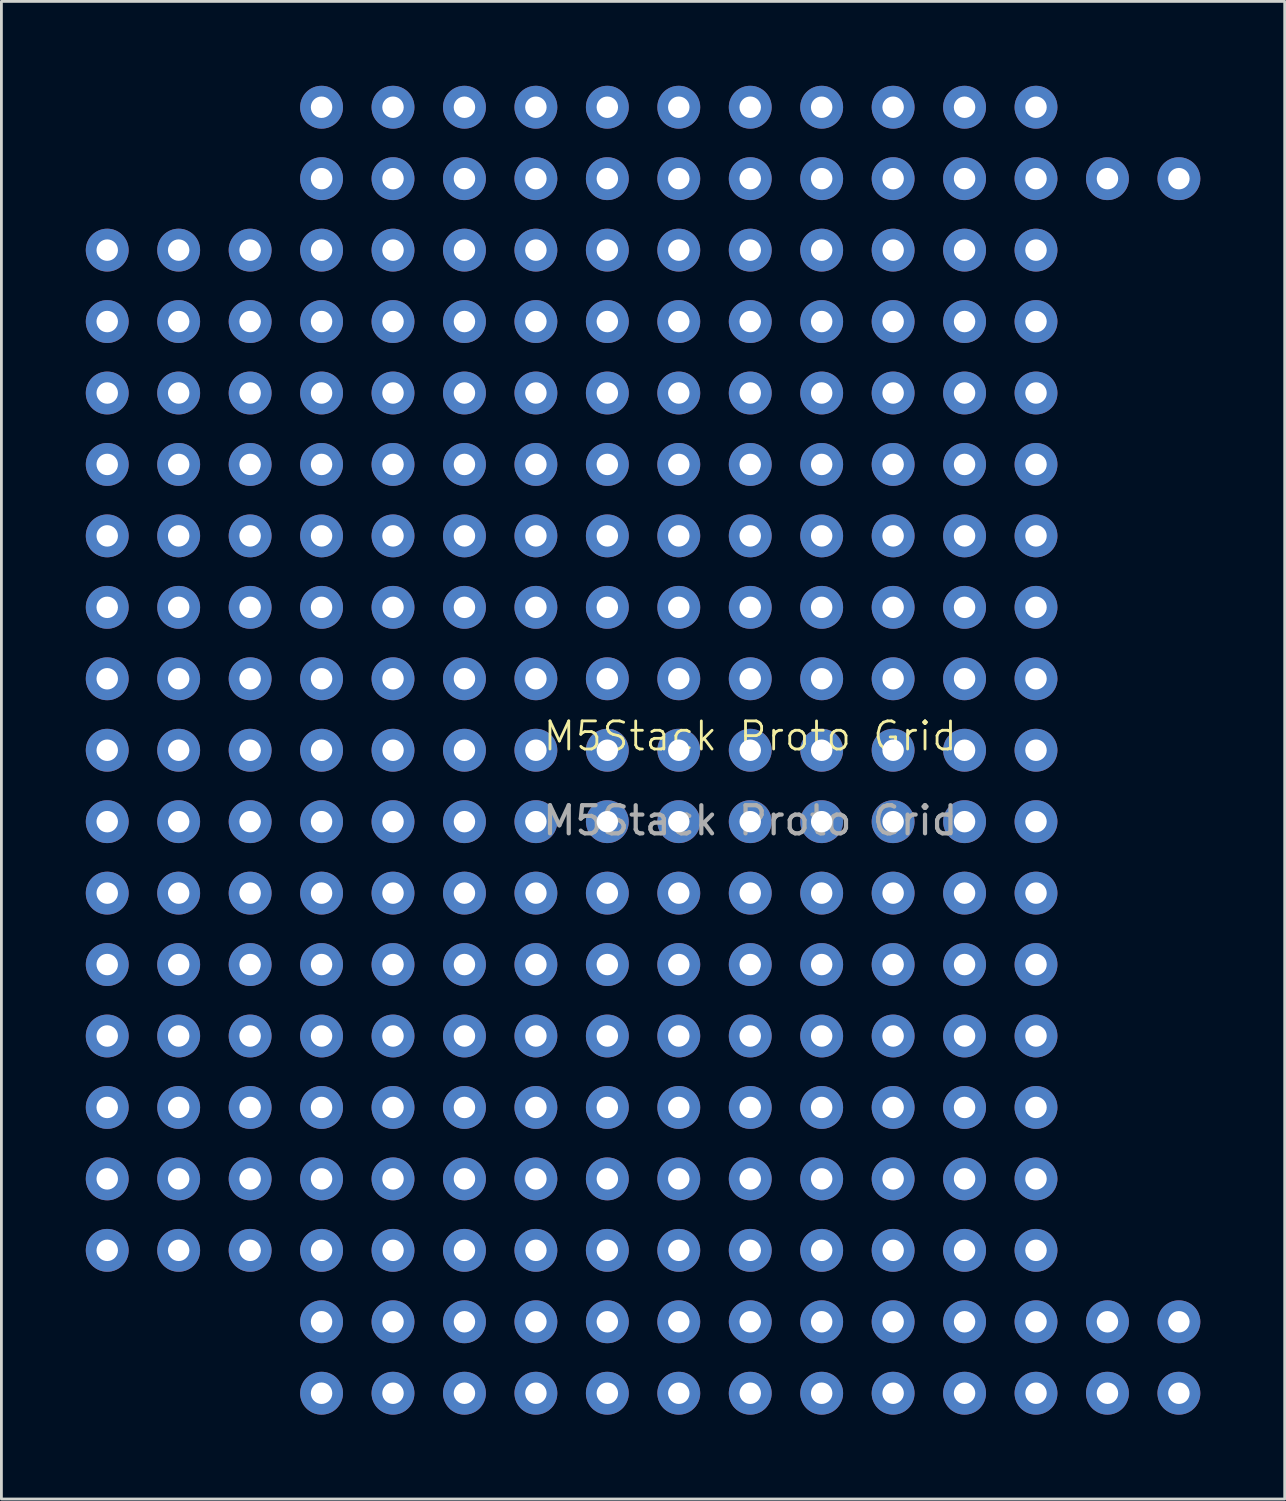
<source format=kicad_pcb>
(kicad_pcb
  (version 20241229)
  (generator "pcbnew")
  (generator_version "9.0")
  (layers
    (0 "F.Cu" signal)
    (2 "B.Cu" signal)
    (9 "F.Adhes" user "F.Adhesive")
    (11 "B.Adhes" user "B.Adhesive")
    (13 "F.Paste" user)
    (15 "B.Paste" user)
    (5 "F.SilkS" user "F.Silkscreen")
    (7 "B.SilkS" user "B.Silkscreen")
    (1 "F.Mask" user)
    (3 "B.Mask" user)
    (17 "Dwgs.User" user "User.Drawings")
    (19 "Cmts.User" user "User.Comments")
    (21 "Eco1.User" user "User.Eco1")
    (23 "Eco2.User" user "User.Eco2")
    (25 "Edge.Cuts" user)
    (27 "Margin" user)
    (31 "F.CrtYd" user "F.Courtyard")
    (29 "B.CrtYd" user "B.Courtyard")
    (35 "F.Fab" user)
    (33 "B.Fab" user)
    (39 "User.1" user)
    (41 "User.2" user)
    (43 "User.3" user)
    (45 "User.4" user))
  (footprint "M5Stack Proto Grid"
    (layer "F.Cu")
    (at 23.622 23.622)
    (property "Reference" "M5Stack Proto Grid" (at 0 -0.5 0) (unlocked yes) (layer "F.SilkS") (effects (font (size 1 1) (thickness 0.1))))
    (attr through_hole)
    (fp_text user "${REFERENCE}" (at 0 2.5 0) (unlocked yes) (layer "F.Fab") (effects (font (size 1 1) (thickness 0.15))))
    (pad "0003" thru_hole circle (at -15.24 -22.86) (size 1.524 1.524) (drill 0.762) (layers "*.Cu" "*.Mask"))
    (pad "0004" thru_hole circle (at -12.7 -22.86) (size 1.524 1.524) (drill 0.762) (layers "*.Cu" "*.Mask"))
    (pad "0005" thru_hole circle (at -10.16 -22.86) (size 1.524 1.524) (drill 0.762) (layers "*.Cu" "*.Mask"))
    (pad "0006" thru_hole circle (at -7.62 -22.86) (size 1.524 1.524) (drill 0.762) (layers "*.Cu" "*.Mask"))
    (pad "0007" thru_hole circle (at -5.08 -22.86) (size 1.524 1.524) (drill 0.762) (layers "*.Cu" "*.Mask"))
    (pad "0008" thru_hole circle (at -2.54 -22.86) (size 1.524 1.524) (drill 0.762) (layers "*.Cu" "*.Mask"))
    (pad "0009" thru_hole circle (at 0 -22.86) (size 1.524 1.524) (drill 0.762) (layers "*.Cu" "*.Mask"))
    (pad "0010" thru_hole circle (at 2.54 -22.86) (size 1.524 1.524) (drill 0.762) (layers "*.Cu" "*.Mask"))
    (pad "0011" thru_hole circle (at 5.08 -22.86) (size 1.524 1.524) (drill 0.762) (layers "*.Cu" "*.Mask"))
    (pad "0012" thru_hole circle (at 7.62 -22.86) (size 1.524 1.524) (drill 0.762) (layers "*.Cu" "*.Mask"))
    (pad "0013" thru_hole circle (at 10.16 -22.86) (size 1.524 1.524) (drill 0.762) (layers "*.Cu" "*.Mask"))
    (pad "0103" thru_hole circle (at -15.24 -20.32) (size 1.524 1.524) (drill 0.762) (layers "*.Cu" "*.Mask"))
    (pad "0104" thru_hole circle (at -12.7 -20.32) (size 1.524 1.524) (drill 0.762) (layers "*.Cu" "*.Mask"))
    (pad "0105" thru_hole circle (at -10.16 -20.32) (size 1.524 1.524) (drill 0.762) (layers "*.Cu" "*.Mask"))
    (pad "0106" thru_hole circle (at -7.62 -20.32) (size 1.524 1.524) (drill 0.762) (layers "*.Cu" "*.Mask"))
    (pad "0107" thru_hole circle (at -5.08 -20.32) (size 1.524 1.524) (drill 0.762) (layers "*.Cu" "*.Mask"))
    (pad "0108" thru_hole circle (at -2.54 -20.32) (size 1.524 1.524) (drill 0.762) (layers "*.Cu" "*.Mask"))
    (pad "0109" thru_hole circle (at 0 -20.32) (size 1.524 1.524) (drill 0.762) (layers "*.Cu" "*.Mask"))
    (pad "0110" thru_hole circle (at 2.54 -20.32) (size 1.524 1.524) (drill 0.762) (layers "*.Cu" "*.Mask"))
    (pad "0111" thru_hole circle (at 5.08 -20.32) (size 1.524 1.524) (drill 0.762) (layers "*.Cu" "*.Mask"))
    (pad "0112" thru_hole circle (at 7.62 -20.32) (size 1.524 1.524) (drill 0.762) (layers "*.Cu" "*.Mask"))
    (pad "0113" thru_hole circle (at 10.16 -20.32) (size 1.524 1.524) (drill 0.762) (layers "*.Cu" "*.Mask"))
    (pad "0114" thru_hole circle (at 12.7 -20.32) (size 1.524 1.524) (drill 0.762) (layers "*.Cu" "*.Mask"))
    (pad "0115" thru_hole circle (at 15.24 -20.32) (size 1.524 1.524) (drill 0.762) (layers "*.Cu" "*.Mask"))
    (pad "0200" thru_hole circle (at -22.86 -17.78) (size 1.524 1.524) (drill 0.762) (layers "*.Cu" "*.Mask"))
    (pad "0201" thru_hole circle (at -20.32 -17.78) (size 1.524 1.524) (drill 0.762) (layers "*.Cu" "*.Mask"))
    (pad "0202" thru_hole circle (at -17.78 -17.78) (size 1.524 1.524) (drill 0.762) (layers "*.Cu" "*.Mask"))
    (pad "0203" thru_hole circle (at -15.24 -17.78) (size 1.524 1.524) (drill 0.762) (layers "*.Cu" "*.Mask"))
    (pad "0204" thru_hole circle (at -12.7 -17.78) (size 1.524 1.524) (drill 0.762) (layers "*.Cu" "*.Mask"))
    (pad "0205" thru_hole circle (at -10.16 -17.78) (size 1.524 1.524) (drill 0.762) (layers "*.Cu" "*.Mask"))
    (pad "0206" thru_hole circle (at -7.62 -17.78) (size 1.524 1.524) (drill 0.762) (layers "*.Cu" "*.Mask"))
    (pad "0207" thru_hole circle (at -5.08 -17.78) (size 1.524 1.524) (drill 0.762) (layers "*.Cu" "*.Mask"))
    (pad "0208" thru_hole circle (at -2.54 -17.78) (size 1.524 1.524) (drill 0.762) (layers "*.Cu" "*.Mask"))
    (pad "0209" thru_hole circle (at 0 -17.78) (size 1.524 1.524) (drill 0.762) (layers "*.Cu" "*.Mask"))
    (pad "0210" thru_hole circle (at 2.54 -17.78) (size 1.524 1.524) (drill 0.762) (layers "*.Cu" "*.Mask"))
    (pad "0211" thru_hole circle (at 5.08 -17.78) (size 1.524 1.524) (drill 0.762) (layers "*.Cu" "*.Mask"))
    (pad "0212" thru_hole circle (at 7.62 -17.78) (size 1.524 1.524) (drill 0.762) (layers "*.Cu" "*.Mask"))
    (pad "0213" thru_hole circle (at 10.16 -17.78) (size 1.524 1.524) (drill 0.762) (layers "*.Cu" "*.Mask"))
    (pad "0300" thru_hole circle (at -22.86 -15.24) (size 1.524 1.524) (drill 0.762) (layers "*.Cu" "*.Mask"))
    (pad "0301" thru_hole circle (at -20.32 -15.24) (size 1.524 1.524) (drill 0.762) (layers "*.Cu" "*.Mask"))
    (pad "0302" thru_hole circle (at -17.78 -15.24) (size 1.524 1.524) (drill 0.762) (layers "*.Cu" "*.Mask"))
    (pad "0303" thru_hole circle (at -15.24 -15.24) (size 1.524 1.524) (drill 0.762) (layers "*.Cu" "*.Mask"))
    (pad "0304" thru_hole circle (at -12.7 -15.24) (size 1.524 1.524) (drill 0.762) (layers "*.Cu" "*.Mask"))
    (pad "0305" thru_hole circle (at -10.16 -15.24) (size 1.524 1.524) (drill 0.762) (layers "*.Cu" "*.Mask"))
    (pad "0306" thru_hole circle (at -7.62 -15.24) (size 1.524 1.524) (drill 0.762) (layers "*.Cu" "*.Mask"))
    (pad "0307" thru_hole circle (at -5.08 -15.24) (size 1.524 1.524) (drill 0.762) (layers "*.Cu" "*.Mask"))
    (pad "0308" thru_hole circle (at -2.54 -15.24) (size 1.524 1.524) (drill 0.762) (layers "*.Cu" "*.Mask"))
    (pad "0309" thru_hole circle (at 0 -15.24) (size 1.524 1.524) (drill 0.762) (layers "*.Cu" "*.Mask"))
    (pad "0310" thru_hole circle (at 2.54 -15.24) (size 1.524 1.524) (drill 0.762) (layers "*.Cu" "*.Mask"))
    (pad "0311" thru_hole circle (at 5.08 -15.24) (size 1.524 1.524) (drill 0.762) (layers "*.Cu" "*.Mask"))
    (pad "0312" thru_hole circle (at 7.62 -15.24) (size 1.524 1.524) (drill 0.762) (layers "*.Cu" "*.Mask"))
    (pad "0313" thru_hole circle (at 10.16 -15.24) (size 1.524 1.524) (drill 0.762) (layers "*.Cu" "*.Mask"))
    (pad "0400" thru_hole circle (at -22.86 -12.7) (size 1.524 1.524) (drill 0.762) (layers "*.Cu" "*.Mask"))
    (pad "0401" thru_hole circle (at -20.32 -12.7) (size 1.524 1.524) (drill 0.762) (layers "*.Cu" "*.Mask"))
    (pad "0402" thru_hole circle (at -17.78 -12.7) (size 1.524 1.524) (drill 0.762) (layers "*.Cu" "*.Mask"))
    (pad "0403" thru_hole circle (at -15.24 -12.7) (size 1.524 1.524) (drill 0.762) (layers "*.Cu" "*.Mask"))
    (pad "0404" thru_hole circle (at -12.7 -12.7) (size 1.524 1.524) (drill 0.762) (layers "*.Cu" "*.Mask"))
    (pad "0405" thru_hole circle (at -10.16 -12.7) (size 1.524 1.524) (drill 0.762) (layers "*.Cu" "*.Mask"))
    (pad "0406" thru_hole circle (at -7.62 -12.7) (size 1.524 1.524) (drill 0.762) (layers "*.Cu" "*.Mask"))
    (pad "0407" thru_hole circle (at -5.08 -12.7) (size 1.524 1.524) (drill 0.762) (layers "*.Cu" "*.Mask"))
    (pad "0408" thru_hole circle (at -2.54 -12.7) (size 1.524 1.524) (drill 0.762) (layers "*.Cu" "*.Mask"))
    (pad "0409" thru_hole circle (at 0 -12.7) (size 1.524 1.524) (drill 0.762) (layers "*.Cu" "*.Mask"))
    (pad "0410" thru_hole circle (at 2.54 -12.7) (size 1.524 1.524) (drill 0.762) (layers "*.Cu" "*.Mask"))
    (pad "0411" thru_hole circle (at 5.08 -12.7) (size 1.524 1.524) (drill 0.762) (layers "*.Cu" "*.Mask"))
    (pad "0412" thru_hole circle (at 7.62 -12.7) (size 1.524 1.524) (drill 0.762) (layers "*.Cu" "*.Mask"))
    (pad "0413" thru_hole circle (at 10.16 -12.7) (size 1.524 1.524) (drill 0.762) (layers "*.Cu" "*.Mask"))
    (pad "0500" thru_hole circle (at -22.86 -10.16) (size 1.524 1.524) (drill 0.762) (layers "*.Cu" "*.Mask"))
    (pad "0501" thru_hole circle (at -20.32 -10.16) (size 1.524 1.524) (drill 0.762) (layers "*.Cu" "*.Mask"))
    (pad "0502" thru_hole circle (at -17.78 -10.16) (size 1.524 1.524) (drill 0.762) (layers "*.Cu" "*.Mask"))
    (pad "0503" thru_hole circle (at -15.24 -10.16) (size 1.524 1.524) (drill 0.762) (layers "*.Cu" "*.Mask"))
    (pad "0504" thru_hole circle (at -12.7 -10.16) (size 1.524 1.524) (drill 0.762) (layers "*.Cu" "*.Mask"))
    (pad "0505" thru_hole circle (at -10.16 -10.16) (size 1.524 1.524) (drill 0.762) (layers "*.Cu" "*.Mask"))
    (pad "0506" thru_hole circle (at -7.62 -10.16) (size 1.524 1.524) (drill 0.762) (layers "*.Cu" "*.Mask"))
    (pad "0507" thru_hole circle (at -5.08 -10.16) (size 1.524 1.524) (drill 0.762) (layers "*.Cu" "*.Mask"))
    (pad "0508" thru_hole circle (at -2.54 -10.16) (size 1.524 1.524) (drill 0.762) (layers "*.Cu" "*.Mask"))
    (pad "0509" thru_hole circle (at 0 -10.16) (size 1.524 1.524) (drill 0.762) (layers "*.Cu" "*.Mask"))
    (pad "0510" thru_hole circle (at 2.54 -10.16) (size 1.524 1.524) (drill 0.762) (layers "*.Cu" "*.Mask"))
    (pad "0511" thru_hole circle (at 5.08 -10.16) (size 1.524 1.524) (drill 0.762) (layers "*.Cu" "*.Mask"))
    (pad "0512" thru_hole circle (at 7.62 -10.16) (size 1.524 1.524) (drill 0.762) (layers "*.Cu" "*.Mask"))
    (pad "0513" thru_hole circle (at 10.16 -10.16) (size 1.524 1.524) (drill 0.762) (layers "*.Cu" "*.Mask"))
    (pad "0600" thru_hole circle (at -22.86 -7.62) (size 1.524 1.524) (drill 0.762) (layers "*.Cu" "*.Mask"))
    (pad "0601" thru_hole circle (at -20.32 -7.62) (size 1.524 1.524) (drill 0.762) (layers "*.Cu" "*.Mask"))
    (pad "0602" thru_hole circle (at -17.78 -7.62) (size 1.524 1.524) (drill 0.762) (layers "*.Cu" "*.Mask"))
    (pad "0603" thru_hole circle (at -15.24 -7.62) (size 1.524 1.524) (drill 0.762) (layers "*.Cu" "*.Mask"))
    (pad "0604" thru_hole circle (at -12.7 -7.62) (size 1.524 1.524) (drill 0.762) (layers "*.Cu" "*.Mask"))
    (pad "0605" thru_hole circle (at -10.16 -7.62) (size 1.524 1.524) (drill 0.762) (layers "*.Cu" "*.Mask"))
    (pad "0606" thru_hole circle (at -7.62 -7.62) (size 1.524 1.524) (drill 0.762) (layers "*.Cu" "*.Mask"))
    (pad "0607" thru_hole circle (at -5.08 -7.62) (size 1.524 1.524) (drill 0.762) (layers "*.Cu" "*.Mask"))
    (pad "0608" thru_hole circle (at -2.54 -7.62) (size 1.524 1.524) (drill 0.762) (layers "*.Cu" "*.Mask"))
    (pad "0609" thru_hole circle (at 0 -7.62) (size 1.524 1.524) (drill 0.762) (layers "*.Cu" "*.Mask"))
    (pad "0610" thru_hole circle (at 2.54 -7.62) (size 1.524 1.524) (drill 0.762) (layers "*.Cu" "*.Mask"))
    (pad "0611" thru_hole circle (at 5.08 -7.62) (size 1.524 1.524) (drill 0.762) (layers "*.Cu" "*.Mask"))
    (pad "0612" thru_hole circle (at 7.62 -7.62) (size 1.524 1.524) (drill 0.762) (layers "*.Cu" "*.Mask"))
    (pad "0613" thru_hole circle (at 10.16 -7.62) (size 1.524 1.524) (drill 0.762) (layers "*.Cu" "*.Mask"))
    (pad "0700" thru_hole circle (at -22.86 -5.08) (size 1.524 1.524) (drill 0.762) (layers "*.Cu" "*.Mask"))
    (pad "0701" thru_hole circle (at -20.32 -5.08) (size 1.524 1.524) (drill 0.762) (layers "*.Cu" "*.Mask"))
    (pad "0702" thru_hole circle (at -17.78 -5.08) (size 1.524 1.524) (drill 0.762) (layers "*.Cu" "*.Mask"))
    (pad "0703" thru_hole circle (at -15.24 -5.08) (size 1.524 1.524) (drill 0.762) (layers "*.Cu" "*.Mask"))
    (pad "0704" thru_hole circle (at -12.7 -5.08) (size 1.524 1.524) (drill 0.762) (layers "*.Cu" "*.Mask"))
    (pad "0705" thru_hole circle (at -10.16 -5.08) (size 1.524 1.524) (drill 0.762) (layers "*.Cu" "*.Mask"))
    (pad "0706" thru_hole circle (at -7.62 -5.08) (size 1.524 1.524) (drill 0.762) (layers "*.Cu" "*.Mask"))
    (pad "0707" thru_hole circle (at -5.08 -5.08) (size 1.524 1.524) (drill 0.762) (layers "*.Cu" "*.Mask"))
    (pad "0708" thru_hole circle (at -2.54 -5.08) (size 1.524 1.524) (drill 0.762) (layers "*.Cu" "*.Mask"))
    (pad "0709" thru_hole circle (at 0 -5.08) (size 1.524 1.524) (drill 0.762) (layers "*.Cu" "*.Mask"))
    (pad "0710" thru_hole circle (at 2.54 -5.08) (size 1.524 1.524) (drill 0.762) (layers "*.Cu" "*.Mask"))
    (pad "0711" thru_hole circle (at 5.08 -5.08) (size 1.524 1.524) (drill 0.762) (layers "*.Cu" "*.Mask"))
    (pad "0712" thru_hole circle (at 7.62 -5.08) (size 1.524 1.524) (drill 0.762) (layers "*.Cu" "*.Mask"))
    (pad "0713" thru_hole circle (at 10.16 -5.08) (size 1.524 1.524) (drill 0.762) (layers "*.Cu" "*.Mask"))
    (pad "0800" thru_hole circle (at -22.86 -2.54) (size 1.524 1.524) (drill 0.762) (layers "*.Cu" "*.Mask"))
    (pad "0801" thru_hole circle (at -20.32 -2.54) (size 1.524 1.524) (drill 0.762) (layers "*.Cu" "*.Mask"))
    (pad "0802" thru_hole circle (at -17.78 -2.54) (size 1.524 1.524) (drill 0.762) (layers "*.Cu" "*.Mask"))
    (pad "0803" thru_hole circle (at -15.24 -2.54) (size 1.524 1.524) (drill 0.762) (layers "*.Cu" "*.Mask"))
    (pad "0804" thru_hole circle (at -12.7 -2.54) (size 1.524 1.524) (drill 0.762) (layers "*.Cu" "*.Mask"))
    (pad "0805" thru_hole circle (at -10.16 -2.54) (size 1.524 1.524) (drill 0.762) (layers "*.Cu" "*.Mask"))
    (pad "0806" thru_hole circle (at -7.62 -2.54) (size 1.524 1.524) (drill 0.762) (layers "*.Cu" "*.Mask"))
    (pad "0807" thru_hole circle (at -5.08 -2.54) (size 1.524 1.524) (drill 0.762) (layers "*.Cu" "*.Mask"))
    (pad "0808" thru_hole circle (at -2.54 -2.54) (size 1.524 1.524) (drill 0.762) (layers "*.Cu" "*.Mask"))
    (pad "0809" thru_hole circle (at 0 -2.54) (size 1.524 1.524) (drill 0.762) (layers "*.Cu" "*.Mask"))
    (pad "0810" thru_hole circle (at 2.54 -2.54) (size 1.524 1.524) (drill 0.762) (layers "*.Cu" "*.Mask"))
    (pad "0811" thru_hole circle (at 5.08 -2.54) (size 1.524 1.524) (drill 0.762) (layers "*.Cu" "*.Mask"))
    (pad "0812" thru_hole circle (at 7.62 -2.54) (size 1.524 1.524) (drill 0.762) (layers "*.Cu" "*.Mask"))
    (pad "0813" thru_hole circle (at 10.16 -2.54) (size 1.524 1.524) (drill 0.762) (layers "*.Cu" "*.Mask"))
    (pad "0900" thru_hole circle (at -22.86 0) (size 1.524 1.524) (drill 0.762) (layers "*.Cu" "*.Mask"))
    (pad "0901" thru_hole circle (at -20.32 0) (size 1.524 1.524) (drill 0.762) (layers "*.Cu" "*.Mask"))
    (pad "0902" thru_hole circle (at -17.78 0) (size 1.524 1.524) (drill 0.762) (layers "*.Cu" "*.Mask"))
    (pad "0903" thru_hole circle (at -15.24 0) (size 1.524 1.524) (drill 0.762) (layers "*.Cu" "*.Mask"))
    (pad "0904" thru_hole circle (at -12.7 0) (size 1.524 1.524) (drill 0.762) (layers "*.Cu" "*.Mask"))
    (pad "0905" thru_hole circle (at -10.16 0) (size 1.524 1.524) (drill 0.762) (layers "*.Cu" "*.Mask"))
    (pad "0906" thru_hole circle (at -7.62 0) (size 1.524 1.524) (drill 0.762) (layers "*.Cu" "*.Mask"))
    (pad "0907" thru_hole circle (at -5.08 0) (size 1.524 1.524) (drill 0.762) (layers "*.Cu" "*.Mask"))
    (pad "0908" thru_hole circle (at -2.54 0) (size 1.524 1.524) (drill 0.762) (layers "*.Cu" "*.Mask"))
    (pad "0909" thru_hole circle (at 0 0) (size 1.524 1.524) (drill 0.762) (layers "*.Cu" "*.Mask"))
    (pad "0910" thru_hole circle (at 2.54 0) (size 1.524 1.524) (drill 0.762) (layers "*.Cu" "*.Mask"))
    (pad "0911" thru_hole circle (at 5.08 0) (size 1.524 1.524) (drill 0.762) (layers "*.Cu" "*.Mask"))
    (pad "0912" thru_hole circle (at 7.62 0) (size 1.524 1.524) (drill 0.762) (layers "*.Cu" "*.Mask"))
    (pad "0913" thru_hole circle (at 10.16 0) (size 1.524 1.524) (drill 0.762) (layers "*.Cu" "*.Mask"))
    (pad "1000" thru_hole circle (at -22.86 2.54) (size 1.524 1.524) (drill 0.762) (layers "*.Cu" "*.Mask"))
    (pad "1001" thru_hole circle (at -20.32 2.54) (size 1.524 1.524) (drill 0.762) (layers "*.Cu" "*.Mask"))
    (pad "1002" thru_hole circle (at -17.78 2.54) (size 1.524 1.524) (drill 0.762) (layers "*.Cu" "*.Mask"))
    (pad "1003" thru_hole circle (at -15.24 2.54) (size 1.524 1.524) (drill 0.762) (layers "*.Cu" "*.Mask"))
    (pad "1004" thru_hole circle (at -12.7 2.54) (size 1.524 1.524) (drill 0.762) (layers "*.Cu" "*.Mask"))
    (pad "1005" thru_hole circle (at -10.16 2.54) (size 1.524 1.524) (drill 0.762) (layers "*.Cu" "*.Mask"))
    (pad "1006" thru_hole circle (at -7.62 2.54) (size 1.524 1.524) (drill 0.762) (layers "*.Cu" "*.Mask"))
    (pad "1007" thru_hole circle (at -5.08 2.54) (size 1.524 1.524) (drill 0.762) (layers "*.Cu" "*.Mask"))
    (pad "1008" thru_hole circle (at -2.54 2.54) (size 1.524 1.524) (drill 0.762) (layers "*.Cu" "*.Mask"))
    (pad "1009" thru_hole circle (at 0 2.54) (size 1.524 1.524) (drill 0.762) (layers "*.Cu" "*.Mask"))
    (pad "1010" thru_hole circle (at 2.54 2.54) (size 1.524 1.524) (drill 0.762) (layers "*.Cu" "*.Mask"))
    (pad "1011" thru_hole circle (at 5.08 2.54) (size 1.524 1.524) (drill 0.762) (layers "*.Cu" "*.Mask"))
    (pad "1012" thru_hole circle (at 7.62 2.54) (size 1.524 1.524) (drill 0.762) (layers "*.Cu" "*.Mask"))
    (pad "1013" thru_hole circle (at 10.16 2.54) (size 1.524 1.524) (drill 0.762) (layers "*.Cu" "*.Mask"))
    (pad "1100" thru_hole circle (at -22.86 5.08) (size 1.524 1.524) (drill 0.762) (layers "*.Cu" "*.Mask"))
    (pad "1101" thru_hole circle (at -20.32 5.08) (size 1.524 1.524) (drill 0.762) (layers "*.Cu" "*.Mask"))
    (pad "1102" thru_hole circle (at -17.78 5.08) (size 1.524 1.524) (drill 0.762) (layers "*.Cu" "*.Mask"))
    (pad "1103" thru_hole circle (at -15.24 5.08) (size 1.524 1.524) (drill 0.762) (layers "*.Cu" "*.Mask"))
    (pad "1104" thru_hole circle (at -12.7 5.08) (size 1.524 1.524) (drill 0.762) (layers "*.Cu" "*.Mask"))
    (pad "1105" thru_hole circle (at -10.16 5.08) (size 1.524 1.524) (drill 0.762) (layers "*.Cu" "*.Mask"))
    (pad "1106" thru_hole circle (at -7.62 5.08) (size 1.524 1.524) (drill 0.762) (layers "*.Cu" "*.Mask"))
    (pad "1107" thru_hole circle (at -5.08 5.08) (size 1.524 1.524) (drill 0.762) (layers "*.Cu" "*.Mask"))
    (pad "1108" thru_hole circle (at -2.54 5.08) (size 1.524 1.524) (drill 0.762) (layers "*.Cu" "*.Mask"))
    (pad "1109" thru_hole circle (at 0 5.08) (size 1.524 1.524) (drill 0.762) (layers "*.Cu" "*.Mask"))
    (pad "1110" thru_hole circle (at 2.54 5.08) (size 1.524 1.524) (drill 0.762) (layers "*.Cu" "*.Mask"))
    (pad "1111" thru_hole circle (at 5.08 5.08) (size 1.524 1.524) (drill 0.762) (layers "*.Cu" "*.Mask"))
    (pad "1112" thru_hole circle (at 7.62 5.08) (size 1.524 1.524) (drill 0.762) (layers "*.Cu" "*.Mask"))
    (pad "1113" thru_hole circle (at 10.16 5.08) (size 1.524 1.524) (drill 0.762) (layers "*.Cu" "*.Mask"))
    (pad "1200" thru_hole circle (at -22.86 7.62) (size 1.524 1.524) (drill 0.762) (layers "*.Cu" "*.Mask"))
    (pad "1201" thru_hole circle (at -20.32 7.62) (size 1.524 1.524) (drill 0.762) (layers "*.Cu" "*.Mask"))
    (pad "1202" thru_hole circle (at -17.78 7.62) (size 1.524 1.524) (drill 0.762) (layers "*.Cu" "*.Mask"))
    (pad "1203" thru_hole circle (at -15.24 7.62) (size 1.524 1.524) (drill 0.762) (layers "*.Cu" "*.Mask"))
    (pad "1204" thru_hole circle (at -12.7 7.62) (size 1.524 1.524) (drill 0.762) (layers "*.Cu" "*.Mask"))
    (pad "1205" thru_hole circle (at -10.16 7.62) (size 1.524 1.524) (drill 0.762) (layers "*.Cu" "*.Mask"))
    (pad "1206" thru_hole circle (at -7.62 7.62) (size 1.524 1.524) (drill 0.762) (layers "*.Cu" "*.Mask"))
    (pad "1207" thru_hole circle (at -5.08 7.62) (size 1.524 1.524) (drill 0.762) (layers "*.Cu" "*.Mask"))
    (pad "1208" thru_hole circle (at -2.54 7.62) (size 1.524 1.524) (drill 0.762) (layers "*.Cu" "*.Mask"))
    (pad "1209" thru_hole circle (at 0 7.62) (size 1.524 1.524) (drill 0.762) (layers "*.Cu" "*.Mask"))
    (pad "1210" thru_hole circle (at 2.54 7.62) (size 1.524 1.524) (drill 0.762) (layers "*.Cu" "*.Mask"))
    (pad "1211" thru_hole circle (at 5.08 7.62) (size 1.524 1.524) (drill 0.762) (layers "*.Cu" "*.Mask"))
    (pad "1212" thru_hole circle (at 7.62 7.62) (size 1.524 1.524) (drill 0.762) (layers "*.Cu" "*.Mask"))
    (pad "1213" thru_hole circle (at 10.16 7.62) (size 1.524 1.524) (drill 0.762) (layers "*.Cu" "*.Mask"))
    (pad "1300" thru_hole circle (at -22.86 10.16) (size 1.524 1.524) (drill 0.762) (layers "*.Cu" "*.Mask"))
    (pad "1301" thru_hole circle (at -20.32 10.16) (size 1.524 1.524) (drill 0.762) (layers "*.Cu" "*.Mask"))
    (pad "1302" thru_hole circle (at -17.78 10.16) (size 1.524 1.524) (drill 0.762) (layers "*.Cu" "*.Mask"))
    (pad "1303" thru_hole circle (at -15.24 10.16) (size 1.524 1.524) (drill 0.762) (layers "*.Cu" "*.Mask"))
    (pad "1304" thru_hole circle (at -12.7 10.16) (size 1.524 1.524) (drill 0.762) (layers "*.Cu" "*.Mask"))
    (pad "1305" thru_hole circle (at -10.16 10.16) (size 1.524 1.524) (drill 0.762) (layers "*.Cu" "*.Mask"))
    (pad "1306" thru_hole circle (at -7.62 10.16) (size 1.524 1.524) (drill 0.762) (layers "*.Cu" "*.Mask"))
    (pad "1307" thru_hole circle (at -5.08 10.16) (size 1.524 1.524) (drill 0.762) (layers "*.Cu" "*.Mask"))
    (pad "1308" thru_hole circle (at -2.54 10.16) (size 1.524 1.524) (drill 0.762) (layers "*.Cu" "*.Mask"))
    (pad "1309" thru_hole circle (at 0 10.16) (size 1.524 1.524) (drill 0.762) (layers "*.Cu" "*.Mask"))
    (pad "1310" thru_hole circle (at 2.54 10.16) (size 1.524 1.524) (drill 0.762) (layers "*.Cu" "*.Mask"))
    (pad "1311" thru_hole circle (at 5.08 10.16) (size 1.524 1.524) (drill 0.762) (layers "*.Cu" "*.Mask"))
    (pad "1312" thru_hole circle (at 7.62 10.16) (size 1.524 1.524) (drill 0.762) (layers "*.Cu" "*.Mask"))
    (pad "1313" thru_hole circle (at 10.16 10.16) (size 1.524 1.524) (drill 0.762) (layers "*.Cu" "*.Mask"))
    (pad "1400" thru_hole circle (at -22.86 12.7) (size 1.524 1.524) (drill 0.762) (layers "*.Cu" "*.Mask"))
    (pad "1401" thru_hole circle (at -20.32 12.7) (size 1.524 1.524) (drill 0.762) (layers "*.Cu" "*.Mask"))
    (pad "1402" thru_hole circle (at -17.78 12.7) (size 1.524 1.524) (drill 0.762) (layers "*.Cu" "*.Mask"))
    (pad "1403" thru_hole circle (at -15.24 12.7) (size 1.524 1.524) (drill 0.762) (layers "*.Cu" "*.Mask"))
    (pad "1404" thru_hole circle (at -12.7 12.7) (size 1.524 1.524) (drill 0.762) (layers "*.Cu" "*.Mask"))
    (pad "1405" thru_hole circle (at -10.16 12.7) (size 1.524 1.524) (drill 0.762) (layers "*.Cu" "*.Mask"))
    (pad "1406" thru_hole circle (at -7.62 12.7) (size 1.524 1.524) (drill 0.762) (layers "*.Cu" "*.Mask"))
    (pad "1407" thru_hole circle (at -5.08 12.7) (size 1.524 1.524) (drill 0.762) (layers "*.Cu" "*.Mask"))
    (pad "1408" thru_hole circle (at -2.54 12.7) (size 1.524 1.524) (drill 0.762) (layers "*.Cu" "*.Mask"))
    (pad "1409" thru_hole circle (at 0 12.7) (size 1.524 1.524) (drill 0.762) (layers "*.Cu" "*.Mask"))
    (pad "1410" thru_hole circle (at 2.54 12.7) (size 1.524 1.524) (drill 0.762) (layers "*.Cu" "*.Mask"))
    (pad "1411" thru_hole circle (at 5.08 12.7) (size 1.524 1.524) (drill 0.762) (layers "*.Cu" "*.Mask"))
    (pad "1412" thru_hole circle (at 7.62 12.7) (size 1.524 1.524) (drill 0.762) (layers "*.Cu" "*.Mask"))
    (pad "1413" thru_hole circle (at 10.16 12.7) (size 1.524 1.524) (drill 0.762) (layers "*.Cu" "*.Mask"))
    (pad "1500" thru_hole circle (at -22.86 15.24) (size 1.524 1.524) (drill 0.762) (layers "*.Cu" "*.Mask"))
    (pad "1501" thru_hole circle (at -20.32 15.24) (size 1.524 1.524) (drill 0.762) (layers "*.Cu" "*.Mask"))
    (pad "1502" thru_hole circle (at -17.78 15.24) (size 1.524 1.524) (drill 0.762) (layers "*.Cu" "*.Mask"))
    (pad "1503" thru_hole circle (at -15.24 15.24) (size 1.524 1.524) (drill 0.762) (layers "*.Cu" "*.Mask"))
    (pad "1504" thru_hole circle (at -12.7 15.24) (size 1.524 1.524) (drill 0.762) (layers "*.Cu" "*.Mask"))
    (pad "1505" thru_hole circle (at -10.16 15.24) (size 1.524 1.524) (drill 0.762) (layers "*.Cu" "*.Mask"))
    (pad "1506" thru_hole circle (at -7.62 15.24) (size 1.524 1.524) (drill 0.762) (layers "*.Cu" "*.Mask"))
    (pad "1507" thru_hole circle (at -5.08 15.24) (size 1.524 1.524) (drill 0.762) (layers "*.Cu" "*.Mask"))
    (pad "1508" thru_hole circle (at -2.54 15.24) (size 1.524 1.524) (drill 0.762) (layers "*.Cu" "*.Mask"))
    (pad "1509" thru_hole circle (at 0 15.24) (size 1.524 1.524) (drill 0.762) (layers "*.Cu" "*.Mask"))
    (pad "1510" thru_hole circle (at 2.54 15.24) (size 1.524 1.524) (drill 0.762) (layers "*.Cu" "*.Mask"))
    (pad "1511" thru_hole circle (at 5.08 15.24) (size 1.524 1.524) (drill 0.762) (layers "*.Cu" "*.Mask"))
    (pad "1512" thru_hole circle (at 7.62 15.24) (size 1.524 1.524) (drill 0.762) (layers "*.Cu" "*.Mask"))
    (pad "1513" thru_hole circle (at 10.16 15.24) (size 1.524 1.524) (drill 0.762) (layers "*.Cu" "*.Mask"))
    (pad "1600" thru_hole circle (at -22.86 17.78) (size 1.524 1.524) (drill 0.762) (layers "*.Cu" "*.Mask"))
    (pad "1601" thru_hole circle (at -20.32 17.78) (size 1.524 1.524) (drill 0.762) (layers "*.Cu" "*.Mask"))
    (pad "1602" thru_hole circle (at -17.78 17.78) (size 1.524 1.524) (drill 0.762) (layers "*.Cu" "*.Mask"))
    (pad "1603" thru_hole circle (at -15.24 17.78) (size 1.524 1.524) (drill 0.762) (layers "*.Cu" "*.Mask"))
    (pad "1604" thru_hole circle (at -12.7 17.78) (size 1.524 1.524) (drill 0.762) (layers "*.Cu" "*.Mask"))
    (pad "1605" thru_hole circle (at -10.16 17.78) (size 1.524 1.524) (drill 0.762) (layers "*.Cu" "*.Mask"))
    (pad "1606" thru_hole circle (at -7.62 17.78) (size 1.524 1.524) (drill 0.762) (layers "*.Cu" "*.Mask"))
    (pad "1607" thru_hole circle (at -5.08 17.78) (size 1.524 1.524) (drill 0.762) (layers "*.Cu" "*.Mask"))
    (pad "1608" thru_hole circle (at -2.54 17.78) (size 1.524 1.524) (drill 0.762) (layers "*.Cu" "*.Mask"))
    (pad "1609" thru_hole circle (at 0 17.78) (size 1.524 1.524) (drill 0.762) (layers "*.Cu" "*.Mask"))
    (pad "1610" thru_hole circle (at 2.54 17.78) (size 1.524 1.524) (drill 0.762) (layers "*.Cu" "*.Mask"))
    (pad "1611" thru_hole circle (at 5.08 17.78) (size 1.524 1.524) (drill 0.762) (layers "*.Cu" "*.Mask"))
    (pad "1612" thru_hole circle (at 7.62 17.78) (size 1.524 1.524) (drill 0.762) (layers "*.Cu" "*.Mask"))
    (pad "1613" thru_hole circle (at 10.16 17.78) (size 1.524 1.524) (drill 0.762) (layers "*.Cu" "*.Mask"))
    (pad "1703" thru_hole circle (at -15.24 20.32) (size 1.524 1.524) (drill 0.762) (layers "*.Cu" "*.Mask"))
    (pad "1704" thru_hole circle (at -12.7 20.32) (size 1.524 1.524) (drill 0.762) (layers "*.Cu" "*.Mask"))
    (pad "1705" thru_hole circle (at -10.16 20.32) (size 1.524 1.524) (drill 0.762) (layers "*.Cu" "*.Mask"))
    (pad "1706" thru_hole circle (at -7.62 20.32) (size 1.524 1.524) (drill 0.762) (layers "*.Cu" "*.Mask"))
    (pad "1707" thru_hole circle (at -5.08 20.32) (size 1.524 1.524) (drill 0.762) (layers "*.Cu" "*.Mask"))
    (pad "1708" thru_hole circle (at -2.54 20.32) (size 1.524 1.524) (drill 0.762) (layers "*.Cu" "*.Mask"))
    (pad "1709" thru_hole circle (at 0 20.32) (size 1.524 1.524) (drill 0.762) (layers "*.Cu" "*.Mask"))
    (pad "1710" thru_hole circle (at 2.54 20.32) (size 1.524 1.524) (drill 0.762) (layers "*.Cu" "*.Mask"))
    (pad "1711" thru_hole circle (at 5.08 20.32) (size 1.524 1.524) (drill 0.762) (layers "*.Cu" "*.Mask"))
    (pad "1712" thru_hole circle (at 7.62 20.32) (size 1.524 1.524) (drill 0.762) (layers "*.Cu" "*.Mask"))
    (pad "1713" thru_hole circle (at 10.16 20.32) (size 1.524 1.524) (drill 0.762) (layers "*.Cu" "*.Mask"))
    (pad "1714" thru_hole circle (at 12.7 20.32) (size 1.524 1.524) (drill 0.762) (layers "*.Cu" "*.Mask"))
    (pad "1715" thru_hole circle (at 15.24 20.32) (size 1.524 1.524) (drill 0.762) (layers "*.Cu" "*.Mask"))
    (pad "1803" thru_hole circle (at -15.24 22.86) (size 1.524 1.524) (drill 0.762) (layers "*.Cu" "*.Mask"))
    (pad "1804" thru_hole circle (at -12.7 22.86) (size 1.524 1.524) (drill 0.762) (layers "*.Cu" "*.Mask"))
    (pad "1805" thru_hole circle (at -10.16 22.86) (size 1.524 1.524) (drill 0.762) (layers "*.Cu" "*.Mask"))
    (pad "1806" thru_hole circle (at -7.62 22.86) (size 1.524 1.524) (drill 0.762) (layers "*.Cu" "*.Mask"))
    (pad "1807" thru_hole circle (at -5.08 22.86) (size 1.524 1.524) (drill 0.762) (layers "*.Cu" "*.Mask"))
    (pad "1808" thru_hole circle (at -2.54 22.86) (size 1.524 1.524) (drill 0.762) (layers "*.Cu" "*.Mask"))
    (pad "1809" thru_hole circle (at 0 22.86) (size 1.524 1.524) (drill 0.762) (layers "*.Cu" "*.Mask"))
    (pad "1810" thru_hole circle (at 2.54 22.86) (size 1.524 1.524) (drill 0.762) (layers "*.Cu" "*.Mask"))
    (pad "1811" thru_hole circle (at 5.08 22.86) (size 1.524 1.524) (drill 0.762) (layers "*.Cu" "*.Mask"))
    (pad "1812" thru_hole circle (at 7.62 22.86) (size 1.524 1.524) (drill 0.762) (layers "*.Cu" "*.Mask"))
    (pad "1813" thru_hole circle (at 10.16 22.86) (size 1.524 1.524) (drill 0.762) (layers "*.Cu" "*.Mask"))
    (pad "1814" thru_hole circle (at 12.7 22.86) (size 1.524 1.524) (drill 0.762) (layers "*.Cu" "*.Mask"))
    (pad "1815" thru_hole circle (at 15.24 22.86) (size 1.524 1.524) (drill 0.762) (layers "*.Cu" "*.Mask")))
  (gr_rect
    (start -3 -3)
    (end 42.624 50.244)
    (stroke (width 0.1) (type default))
    (fill no)
    (layer "Edge.Cuts")))
</source>
